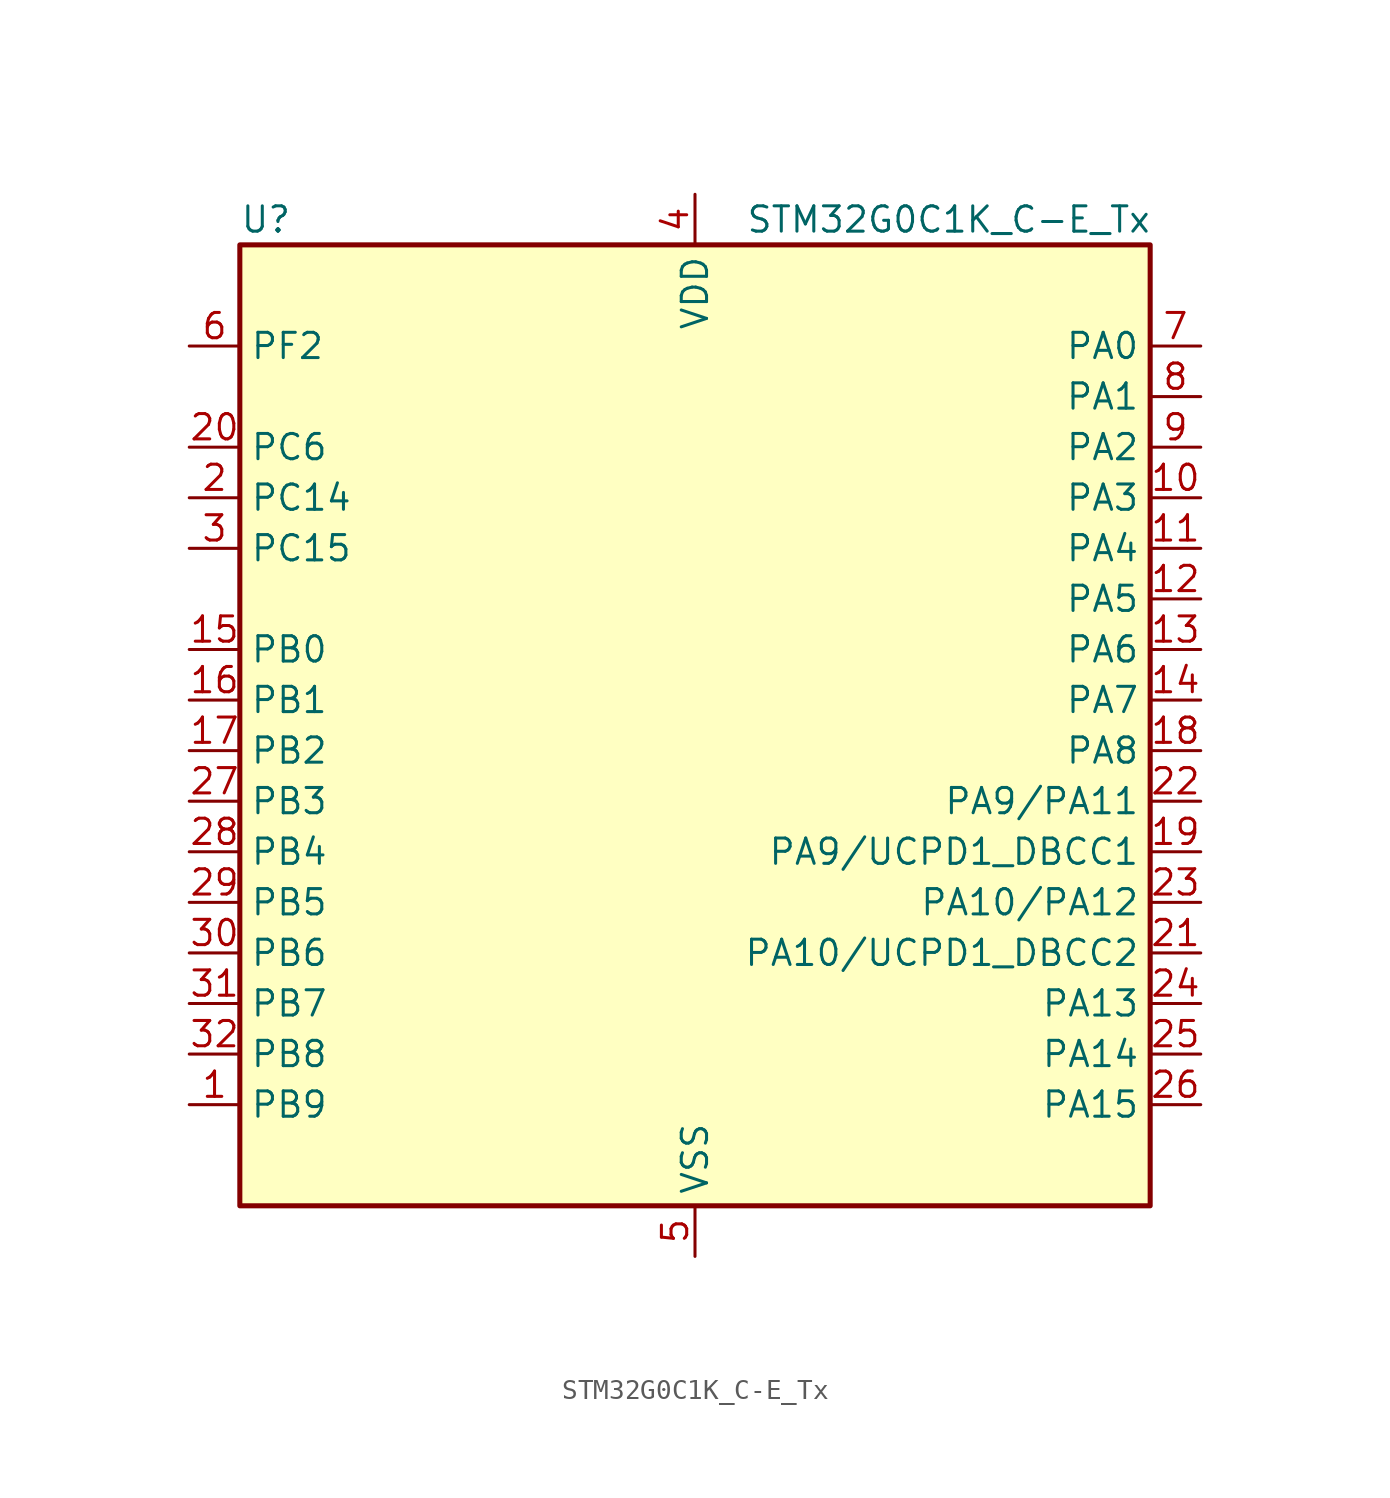
<source format=kicad_sym>
(kicad_symbol_lib
  (version 20241209)
  (generator "kicad_symbol_editor")
  (generator_version "9.0")
  (symbol "STM32G0C1K_C-E_Tx"
    (property "Reference" "U"
      (at -22.86 26.67 0)
      (effects (font (size 1.27 1.27)) (justify left)))
    (property "Value" "STM32G0C1K_C-E_Tx"
      (at 2.54 26.67 0)
      (effects (font (size 1.27 1.27)) (justify left)))
    (symbol "STM32G0C1K_C-E_Tx_0_1"
      (rectangle (start -22.86 -22.86) (end 22.86 25.4) (stroke (width 0.254) (type default)) (fill (type background))))
    (symbol "STM32G0C1K_C-E_Tx_1_1"
      (pin bidirectional line (at -25.4 20.32 0) (length 2.54) (name "PF2" (effects (font (size 1.27 1.27)))) (number "6" (effects (font (size 1.27 1.27)))) (alternate "LPUART2_DE" bidirectional line) (alternate "LPUART2_RTS" bidirectional line) (alternate "LPUART2_TX" bidirectional line) (alternate "RCC_MCO" bidirectional line))
      (pin bidirectional line (at -25.4 15.24 0) (length 2.54) (name "PC6" (effects (font (size 1.27 1.27)))) (number "20" (effects (font (size 1.27 1.27)))) (alternate "LPUART2_TX" bidirectional line) (alternate "TIM2_CH3" bidirectional line) (alternate "TIM3_CH1" bidirectional line) (alternate "UCPD1_FRSTX1" bidirectional line) (alternate "UCPD1_FRSTX2" bidirectional line))
      (pin bidirectional line (at -25.4 12.7 0) (length 2.54) (name "PC14" (effects (font (size 1.27 1.27)))) (number "2" (effects (font (size 1.27 1.27)))) (alternate "RCC_OSC32_IN" bidirectional line) (alternate "RCC_OSC_IN" bidirectional line) (alternate "TIM1_BK2" bidirectional line))
      (pin bidirectional line (at -25.4 10.16 0) (length 2.54) (name "PC15" (effects (font (size 1.27 1.27)))) (number "3" (effects (font (size 1.27 1.27)))) (alternate "RCC_OSC32_EN" bidirectional line) (alternate "RCC_OSC32_OUT" bidirectional line) (alternate "RCC_OSC_EN" bidirectional line) (alternate "TIM15_BK" bidirectional line))
      (pin bidirectional line (at -25.4 5.08 0) (length 2.54) (name "PB0" (effects (font (size 1.27 1.27)))) (number "15" (effects (font (size 1.27 1.27)))) (alternate "ADC1_IN8" bidirectional line) (alternate "COMP1_OUT" bidirectional line) (alternate "COMP3_INP" bidirectional line) (alternate "FDCAN2_RX" bidirectional line) (alternate "I2S1_WS" bidirectional line) (alternate "LPTIM1_OUT" bidirectional line) (alternate "LPUART2_CTS" bidirectional line) (alternate "SPI1_NSS" bidirectional line) (alternate "TIM1_CH2N" bidirectional line) (alternate "TIM3_CH3" bidirectional line) (alternate "UCPD1_FRSTX1" bidirectional line) (alternate "UCPD1_FRSTX2" bidirectional line) (alternate "USART3_RX" bidirectional line) (alternate "USART5_TX" bidirectional line))
      (pin bidirectional line (at -25.4 2.54 0) (length 2.54) (name "PB1" (effects (font (size 1.27 1.27)))) (number "16" (effects (font (size 1.27 1.27)))) (alternate "ADC1_IN9" bidirectional line) (alternate "COMP1_INM" bidirectional line) (alternate "COMP3_OUT" bidirectional line) (alternate "FDCAN2_TX" bidirectional line) (alternate "LPTIM2_IN1" bidirectional line) (alternate "LPUART1_DE" bidirectional line) (alternate "LPUART1_RTS" bidirectional line) (alternate "LPUART2_DE" bidirectional line) (alternate "LPUART2_RTS" bidirectional line) (alternate "TIM14_CH1" bidirectional line) (alternate "TIM1_CH3N" bidirectional line) (alternate "TIM3_CH4" bidirectional line) (alternate "USART3_CK" bidirectional line) (alternate "USART3_DE" bidirectional line) (alternate "USART3_RTS" bidirectional line) (alternate "USART5_RX" bidirectional line))
      (pin bidirectional line (at -25.4 0 0) (length 2.54) (name "PB2" (effects (font (size 1.27 1.27)))) (number "17" (effects (font (size 1.27 1.27)))) (alternate "ADC1_IN10" bidirectional line) (alternate "COMP1_INP" bidirectional line) (alternate "COMP3_INM" bidirectional line) (alternate "I2S2_MCK" bidirectional line) (alternate "LPTIM1_OUT" bidirectional line) (alternate "RCC_MCO_2" bidirectional line) (alternate "SPI2_MISO" bidirectional line) (alternate "USART3_TX" bidirectional line))
      (pin bidirectional line (at -25.4 -2.54 0) (length 2.54) (name "PB3" (effects (font (size 1.27 1.27)))) (number "27" (effects (font (size 1.27 1.27)))) (alternate "COMP2_INM" bidirectional line) (alternate "I2C2_SCL" bidirectional line) (alternate "I2C3_SCL" bidirectional line) (alternate "I2S1_CK" bidirectional line) (alternate "SPI1_SCK" bidirectional line) (alternate "SPI3_SCK" bidirectional line) (alternate "TIM1_CH2" bidirectional line) (alternate "TIM2_CH2" bidirectional line) (alternate "USART1_CK" bidirectional line) (alternate "USART1_DE" bidirectional line) (alternate "USART1_RTS" bidirectional line) (alternate "USART5_TX" bidirectional line))
      (pin bidirectional line (at -25.4 -5.08 0) (length 2.54) (name "PB4" (effects (font (size 1.27 1.27)))) (number "28" (effects (font (size 1.27 1.27)))) (alternate "COMP2_INP" bidirectional line) (alternate "I2C2_SDA" bidirectional line) (alternate "I2C3_SDA" bidirectional line) (alternate "I2S1_MCK" bidirectional line) (alternate "SPI1_MISO" bidirectional line) (alternate "SPI3_MISO" bidirectional line) (alternate "TIM17_BK" bidirectional line) (alternate "TIM3_CH1" bidirectional line) (alternate "USART1_CTS" bidirectional line) (alternate "USART1_NSS" bidirectional line) (alternate "USART5_RX" bidirectional line))
      (pin bidirectional line (at -25.4 -7.62 0) (length 2.54) (name "PB5" (effects (font (size 1.27 1.27)))) (number "29" (effects (font (size 1.27 1.27)))) (alternate "COMP2_OUT" bidirectional line) (alternate "FDCAN2_RX" bidirectional line) (alternate "I2C1_SMBA" bidirectional line) (alternate "I2S1_SD" bidirectional line) (alternate "LPTIM1_IN1" bidirectional line) (alternate "SPI1_MOSI" bidirectional line) (alternate "SPI3_MOSI" bidirectional line) (alternate "SYS_WKUP6" bidirectional line) (alternate "TIM16_BK" bidirectional line) (alternate "TIM3_CH2" bidirectional line) (alternate "USART5_CK" bidirectional line) (alternate "USART5_DE" bidirectional line) (alternate "USART5_RTS" bidirectional line))
      (pin bidirectional line (at -25.4 -10.16 0) (length 2.54) (name "PB6" (effects (font (size 1.27 1.27)))) (number "30" (effects (font (size 1.27 1.27)))) (alternate "COMP2_INP" bidirectional line) (alternate "FDCAN2_TX" bidirectional line) (alternate "I2C1_SCL" bidirectional line) (alternate "I2S2_MCK" bidirectional line) (alternate "LPTIM1_ETR" bidirectional line) (alternate "LPUART2_TX" bidirectional line) (alternate "SPI2_MISO" bidirectional line) (alternate "TIM16_CH1N" bidirectional line) (alternate "TIM1_CH3" bidirectional line) (alternate "TIM4_CH1" bidirectional line) (alternate "USART1_TX" bidirectional line) (alternate "USART5_CTS" bidirectional line) (alternate "USART5_NSS" bidirectional line))
      (pin bidirectional line (at -25.4 -12.7 0) (length 2.54) (name "PB7" (effects (font (size 1.27 1.27)))) (number "31" (effects (font (size 1.27 1.27)))) (alternate "COMP2_INM" bidirectional line) (alternate "I2C1_SDA" bidirectional line) (alternate "I2S2_SD" bidirectional line) (alternate "LPTIM1_IN2" bidirectional line) (alternate "LPUART2_RX" bidirectional line) (alternate "SPI2_MOSI" bidirectional line) (alternate "SYS_PVD_IN" bidirectional line) (alternate "TIM17_CH1N" bidirectional line) (alternate "TIM4_CH2" bidirectional line) (alternate "USART1_RX" bidirectional line) (alternate "USART4_CTS" bidirectional line) (alternate "USART4_NSS" bidirectional line))
      (pin bidirectional line (at -25.4 -15.24 0) (length 2.54) (name "PB8" (effects (font (size 1.27 1.27)))) (number "32" (effects (font (size 1.27 1.27)))) (alternate "CEC" bidirectional line) (alternate "FDCAN1_RX" bidirectional line) (alternate "I2C1_SCL" bidirectional line) (alternate "I2S2_CK" bidirectional line) (alternate "SPI2_SCK" bidirectional line) (alternate "TIM15_BK" bidirectional line) (alternate "TIM16_CH1" bidirectional line) (alternate "TIM4_CH3" bidirectional line) (alternate "USART3_TX" bidirectional line) (alternate "USART6_TX" bidirectional line))
      (pin bidirectional line (at -25.4 -17.78 0) (length 2.54) (name "PB9" (effects (font (size 1.27 1.27)))) (number "1" (effects (font (size 1.27 1.27)))) (alternate "DAC1_EXTI9" bidirectional line) (alternate "FDCAN1_TX" bidirectional line) (alternate "I2C1_SDA" bidirectional line) (alternate "I2S2_WS" bidirectional line) (alternate "IR_OUT" bidirectional line) (alternate "SPI2_NSS" bidirectional line) (alternate "TIM17_CH1" bidirectional line) (alternate "TIM4_CH4" bidirectional line) (alternate "USART3_RX" bidirectional line) (alternate "USART6_RX" bidirectional line))
      (pin power_in line (at 0 27.94 270) (length 2.54) (name "VDD" (effects (font (size 1.27 1.27)))) (number "4" (effects (font (size 1.27 1.27)))))
      (pin power_in line (at 0 -25.4 90) (length 2.54) (name "VSS" (effects (font (size 1.27 1.27)))) (number "5" (effects (font (size 1.27 1.27)))))
      (pin bidirectional line (at 25.4 20.32 180) (length 2.54) (name "PA0" (effects (font (size 1.27 1.27)))) (number "7" (effects (font (size 1.27 1.27)))) (alternate "ADC1_IN0" bidirectional line) (alternate "COMP1_INM" bidirectional line) (alternate "COMP1_OUT" bidirectional line) (alternate "I2S2_CK" bidirectional line) (alternate "LPTIM1_OUT" bidirectional line) (alternate "RTC_TAMP_IN2" bidirectional line) (alternate "SPI2_SCK" bidirectional line) (alternate "SYS_WKUP1" bidirectional line) (alternate "TIM2_CH1" bidirectional line) (alternate "TIM2_ETR" bidirectional line) (alternate "USART2_CTS" bidirectional line) (alternate "USART2_NSS" bidirectional line) (alternate "USART4_TX" bidirectional line))
      (pin bidirectional line (at 25.4 17.78 180) (length 2.54) (name "PA1" (effects (font (size 1.27 1.27)))) (number "8" (effects (font (size 1.27 1.27)))) (alternate "ADC1_IN1" bidirectional line) (alternate "COMP1_INP" bidirectional line) (alternate "I2C1_SMBA" bidirectional line) (alternate "I2S1_CK" bidirectional line) (alternate "SPI1_SCK" bidirectional line) (alternate "TIM15_CH1N" bidirectional line) (alternate "TIM2_CH2" bidirectional line) (alternate "USART2_CK" bidirectional line) (alternate "USART2_DE" bidirectional line) (alternate "USART2_RTS" bidirectional line) (alternate "USART4_RX" bidirectional line))
      (pin bidirectional line (at 25.4 15.24 180) (length 2.54) (name "PA2" (effects (font (size 1.27 1.27)))) (number "9" (effects (font (size 1.27 1.27)))) (alternate "ADC1_IN2" bidirectional line) (alternate "COMP2_INM" bidirectional line) (alternate "COMP2_OUT" bidirectional line) (alternate "I2S1_SD" bidirectional line) (alternate "LPUART1_TX" bidirectional line) (alternate "RCC_LSCO" bidirectional line) (alternate "SPI1_MOSI" bidirectional line) (alternate "SYS_WKUP4" bidirectional line) (alternate "TIM15_CH1" bidirectional line) (alternate "TIM2_CH3" bidirectional line) (alternate "UCPD1_FRSTX1" bidirectional line) (alternate "UCPD1_FRSTX2" bidirectional line) (alternate "USART2_TX" bidirectional line))
      (pin bidirectional line (at 25.4 12.7 180) (length 2.54) (name "PA3" (effects (font (size 1.27 1.27)))) (number "10" (effects (font (size 1.27 1.27)))) (alternate "ADC1_IN3" bidirectional line) (alternate "COMP2_INP" bidirectional line) (alternate "I2S2_MCK" bidirectional line) (alternate "LPUART1_RX" bidirectional line) (alternate "SPI2_MISO" bidirectional line) (alternate "TIM15_CH2" bidirectional line) (alternate "TIM2_CH4" bidirectional line) (alternate "USART2_RX" bidirectional line))
      (pin bidirectional line (at 25.4 10.16 180) (length 2.54) (name "PA4" (effects (font (size 1.27 1.27)))) (number "11" (effects (font (size 1.27 1.27)))) (alternate "ADC1_IN4" bidirectional line) (alternate "DAC1_OUT1" bidirectional line) (alternate "I2S1_WS" bidirectional line) (alternate "I2S2_SD" bidirectional line) (alternate "LPTIM2_OUT" bidirectional line) (alternate "RTC_OUT1" bidirectional line) (alternate "RTC_TAMP_IN1" bidirectional line) (alternate "RTC_TS" bidirectional line) (alternate "SPI1_NSS" bidirectional line) (alternate "SPI2_MOSI" bidirectional line) (alternate "SPI3_NSS" bidirectional line) (alternate "SYS_WKUP2" bidirectional line) (alternate "TIM14_CH1" bidirectional line) (alternate "USART6_TX" bidirectional line) (alternate "USB_NOE" bidirectional line))
      (pin bidirectional line (at 25.4 7.62 180) (length 2.54) (name "PA5" (effects (font (size 1.27 1.27)))) (number "12" (effects (font (size 1.27 1.27)))) (alternate "ADC1_IN5" bidirectional line) (alternate "CEC" bidirectional line) (alternate "DAC1_OUT2" bidirectional line) (alternate "I2S1_CK" bidirectional line) (alternate "LPTIM2_ETR" bidirectional line) (alternate "SPI1_SCK" bidirectional line) (alternate "TIM2_CH1" bidirectional line) (alternate "TIM2_ETR" bidirectional line) (alternate "UCPD1_FRSTX1" bidirectional line) (alternate "UCPD1_FRSTX2" bidirectional line) (alternate "USART3_TX" bidirectional line) (alternate "USART6_RX" bidirectional line))
      (pin bidirectional line (at 25.4 5.08 180) (length 2.54) (name "PA6" (effects (font (size 1.27 1.27)))) (number "13" (effects (font (size 1.27 1.27)))) (alternate "ADC1_IN6" bidirectional line) (alternate "COMP1_OUT" bidirectional line) (alternate "I2C2_SDA" bidirectional line) (alternate "I2C3_SDA" bidirectional line) (alternate "I2S1_MCK" bidirectional line) (alternate "LPUART1_CTS" bidirectional line) (alternate "SPI1_MISO" bidirectional line) (alternate "TIM16_CH1" bidirectional line) (alternate "TIM1_BK" bidirectional line) (alternate "TIM3_CH1" bidirectional line) (alternate "USART3_CTS" bidirectional line) (alternate "USART3_NSS" bidirectional line) (alternate "USART6_CTS" bidirectional line) (alternate "USART6_NSS" bidirectional line))
      (pin bidirectional line (at 25.4 2.54 180) (length 2.54) (name "PA7" (effects (font (size 1.27 1.27)))) (number "14" (effects (font (size 1.27 1.27)))) (alternate "ADC1_IN7" bidirectional line) (alternate "COMP2_OUT" bidirectional line) (alternate "I2C2_SCL" bidirectional line) (alternate "I2C3_SCL" bidirectional line) (alternate "I2S1_SD" bidirectional line) (alternate "SPI1_MOSI" bidirectional line) (alternate "TIM14_CH1" bidirectional line) (alternate "TIM17_CH1" bidirectional line) (alternate "TIM1_CH1N" bidirectional line) (alternate "TIM3_CH2" bidirectional line) (alternate "UCPD1_FRSTX1" bidirectional line) (alternate "UCPD1_FRSTX2" bidirectional line) (alternate "USART6_CK" bidirectional line) (alternate "USART6_DE" bidirectional line) (alternate "USART6_RTS" bidirectional line))
      (pin bidirectional line (at 25.4 0 180) (length 2.54) (name "PA8" (effects (font (size 1.27 1.27)))) (number "18" (effects (font (size 1.27 1.27)))) (alternate "CRS1_SYNC" bidirectional line) (alternate "I2C2_SMBA" bidirectional line) (alternate "I2S2_WS" bidirectional line) (alternate "LPTIM2_OUT" bidirectional line) (alternate "RCC_MCO" bidirectional line) (alternate "SPI2_NSS" bidirectional line) (alternate "TIM1_CH1" bidirectional line) (alternate "UCPD1_CC1" bidirectional line))
      (pin bidirectional line (at 25.4 -2.54 180) (length 2.54) (name "PA9/PA11" (effects (font (size 1.27 1.27)))) (number "22" (effects (font (size 1.27 1.27)))) (alternate "ADC1_EXTI11 (PA11)" bidirectional line) (alternate "COMP1_OUT (PA11)" bidirectional line) (alternate "DAC1_EXTI9 (PA9)" bidirectional line) (alternate "FDCAN1_RX (PA11)" bidirectional line) (alternate "I2C1_SCL (PA9)" bidirectional line) (alternate "I2C2_SCL (PA11)" bidirectional line) (alternate "I2C2_SCL (PA9)" bidirectional line) (alternate "I2S1_MCK (PA11)" bidirectional line) (alternate "I2S2_MCK (PA9)" bidirectional line) (alternate "PA11" bidirectional line) (alternate "PA9" bidirectional line) (alternate "RCC_MCO (PA9)" bidirectional line) (alternate "SPI1_MISO (PA11)" bidirectional line) (alternate "SPI2_MISO (PA9)" bidirectional line) (alternate "TIM15_BK (PA9)" bidirectional line) (alternate "TIM1_BK2 (PA11)" bidirectional line) (alternate "TIM1_CH2 (PA9)" bidirectional line) (alternate "TIM1_CH4 (PA11)" bidirectional line) (alternate "UCPD1_DBCC1 (PA9)" bidirectional line) (alternate "USART1_CTS (PA11)" bidirectional line) (alternate "USART1_NSS (PA11)" bidirectional line) (alternate "USART1_TX (PA9)" bidirectional line) (alternate "USB_DM (PA11)" bidirectional line))
      (pin bidirectional line (at 25.4 -5.08 180) (length 2.54) (name "PA9/UCPD1_DBCC1" (effects (font (size 1.27 1.27)))) (number "19" (effects (font (size 1.27 1.27)))) (alternate "DAC1_EXTI9 (PA9)" bidirectional line) (alternate "I2C1_SCL (PA9)" bidirectional line) (alternate "I2C2_SCL (PA9)" bidirectional line) (alternate "I2S2_MCK (PA9)" bidirectional line) (alternate "PA9" bidirectional line) (alternate "RCC_MCO (PA9)" bidirectional line) (alternate "SPI2_MISO (PA9)" bidirectional line) (alternate "TIM15_BK (PA9)" bidirectional line) (alternate "TIM1_CH2 (PA9)" bidirectional line) (alternate "UCPD1_DBCC1" bidirectional line) (alternate "UCPD1_DBCC1 (PA9)" bidirectional line) (alternate "UCPD1_DBCC1 (UCPD1_DBCC1)" bidirectional line) (alternate "USART1_TX (PA9)" bidirectional line))
      (pin bidirectional line (at 25.4 -7.62 180) (length 2.54) (name "PA10/PA12" (effects (font (size 1.27 1.27)))) (number "23" (effects (font (size 1.27 1.27)))) (alternate "COMP2_OUT (PA12)" bidirectional line) (alternate "FDCAN1_TX (PA12)" bidirectional line) (alternate "I2C1_SDA (PA10)" bidirectional line) (alternate "I2C2_SDA (PA10)" bidirectional line) (alternate "I2C2_SDA (PA12)" bidirectional line) (alternate "I2S1_SD (PA12)" bidirectional line) (alternate "I2S2_SD (PA10)" bidirectional line) (alternate "I2S_CKIN (PA12)" bidirectional line) (alternate "PA10" bidirectional line) (alternate "PA12" bidirectional line) (alternate "RCC_MCO_2 (PA10)" bidirectional line) (alternate "SPI1_MOSI (PA12)" bidirectional line) (alternate "SPI2_MOSI (PA10)" bidirectional line) (alternate "TIM17_BK (PA10)" bidirectional line) (alternate "TIM1_CH3 (PA10)" bidirectional line) (alternate "TIM1_ETR (PA12)" bidirectional line) (alternate "UCPD1_DBCC2 (PA10)" bidirectional line) (alternate "USART1_CK (PA12)" bidirectional line) (alternate "USART1_DE (PA12)" bidirectional line) (alternate "USART1_RTS (PA12)" bidirectional line) (alternate "USART1_RX (PA10)" bidirectional line) (alternate "USB_DP (PA12)" bidirectional line))
      (pin bidirectional line (at 25.4 -10.16 180) (length 2.54) (name "PA10/UCPD1_DBCC2" (effects (font (size 1.27 1.27)))) (number "21" (effects (font (size 1.27 1.27)))) (alternate "I2C1_SDA (PA10)" bidirectional line) (alternate "I2C2_SDA (PA10)" bidirectional line) (alternate "I2S2_SD (PA10)" bidirectional line) (alternate "PA10" bidirectional line) (alternate "RCC_MCO_2 (PA10)" bidirectional line) (alternate "SPI2_MOSI (PA10)" bidirectional line) (alternate "TIM17_BK (PA10)" bidirectional line) (alternate "TIM1_CH3 (PA10)" bidirectional line) (alternate "UCPD1_DBCC2" bidirectional line) (alternate "UCPD1_DBCC2 (PA10)" bidirectional line) (alternate "UCPD1_DBCC2 (UCPD1_DBCC2)" bidirectional line) (alternate "USART1_RX (PA10)" bidirectional line))
      (pin bidirectional line (at 25.4 -12.7 180) (length 2.54) (name "PA13" (effects (font (size 1.27 1.27)))) (number "24" (effects (font (size 1.27 1.27)))) (alternate "IR_OUT" bidirectional line) (alternate "LPUART2_RX" bidirectional line) (alternate "SYS_SWDIO" bidirectional line) (alternate "USB_NOE" bidirectional line))
      (pin bidirectional line (at 25.4 -15.24 180) (length 2.54) (name "PA14" (effects (font (size 1.27 1.27)))) (number "25" (effects (font (size 1.27 1.27)))) (alternate "LPUART2_TX" bidirectional line) (alternate "SYS_SWCLK" bidirectional line) (alternate "USART2_TX" bidirectional line))
      (pin bidirectional line (at 25.4 -17.78 180) (length 2.54) (name "PA15" (effects (font (size 1.27 1.27)))) (number "26" (effects (font (size 1.27 1.27)))) (alternate "I2C2_SMBA" bidirectional line) (alternate "I2S1_WS" bidirectional line) (alternate "RCC_MCO_2" bidirectional line) (alternate "SPI1_NSS" bidirectional line) (alternate "SPI3_NSS" bidirectional line) (alternate "TIM2_CH1" bidirectional line) (alternate "TIM2_ETR" bidirectional line) (alternate "USART2_RX" bidirectional line) (alternate "USART3_CK" bidirectional line) (alternate "USART3_DE" bidirectional line) (alternate "USART3_RTS" bidirectional line) (alternate "USART4_CK" bidirectional line) (alternate "USART4_DE" bidirectional line) (alternate "USART4_RTS" bidirectional line) (alternate "USB_NOE" bidirectional line)))))
</source>
